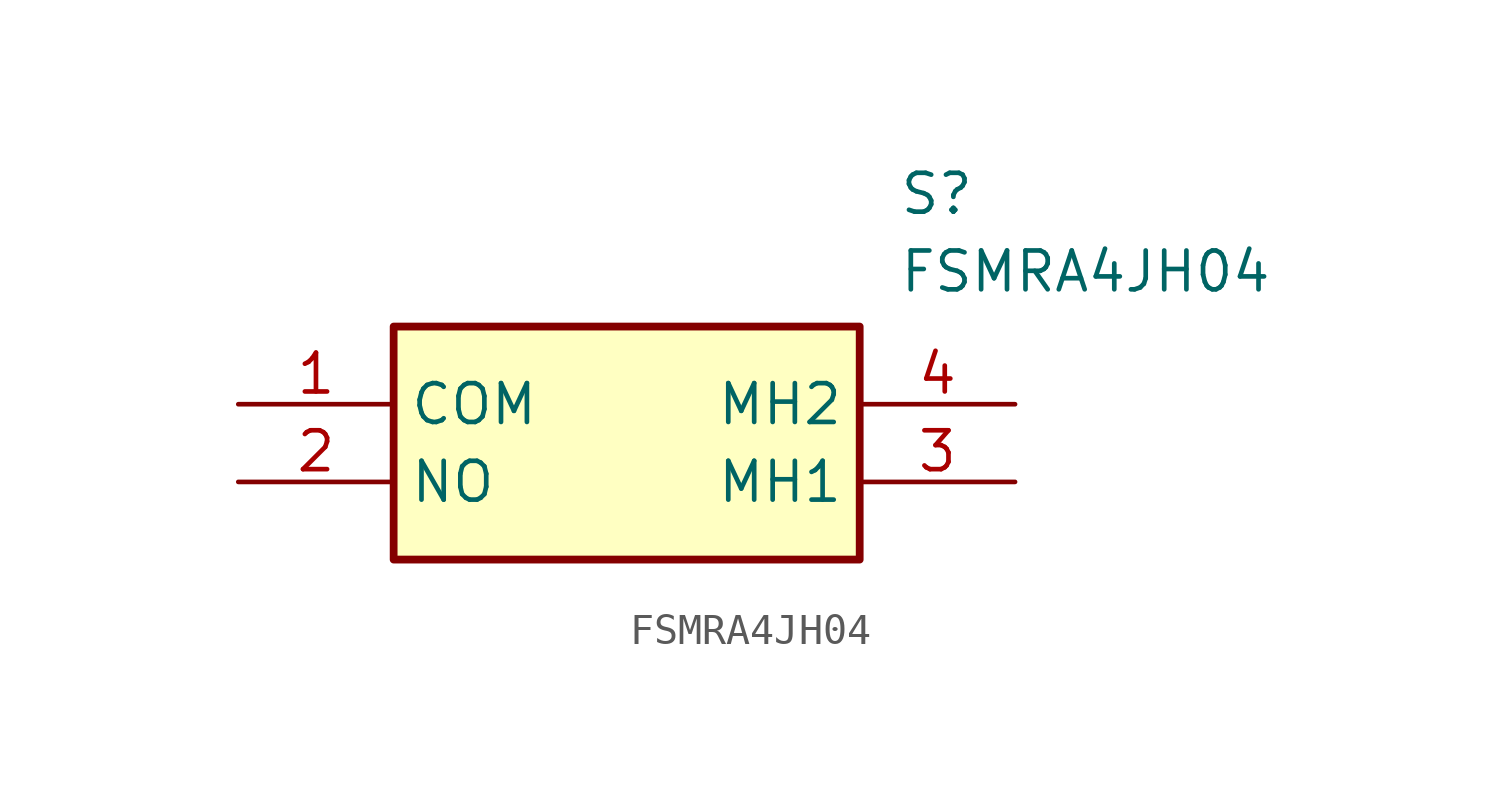
<source format=kicad_sym>
(kicad_symbol_lib
  (version 20211014)
  (generator SamacSys_ECAD_Model)
  (symbol "FSMRA4JH04"
    (property "Reference" "S"
      (at 21.59 7.62 0)
      (effects (font (size 1.27 1.27)) (justify left top)))
    (property "Value" "FSMRA4JH04"
      (at 21.59 5.08 0)
      (effects (font (size 1.27 1.27)) (justify left top)))
    (rectangle
      (start 5.08 2.54)
      (end 20.32 -5.08)
      (stroke (width 0.254) (type default))
      (fill (type background)))
    (pin passive line
      (at 0 0 0)
      (length 5.08)
      (name "COM" (effects (font (size 1.27 1.27))))
      (number "1" (effects (font (size 1.27 1.27)))))
    (pin passive line
      (at 0 -2.54 0)
      (length 5.08)
      (name "NO" (effects (font (size 1.27 1.27))))
      (number "2" (effects (font (size 1.27 1.27)))))
    (pin passive line
      (at 25.4 -2.54 180)
      (length 5.08)
      (name "MH1" (effects (font (size 1.27 1.27))))
      (number "3" (effects (font (size 1.27 1.27)))))
    (pin passive line
      (at 25.4 0 180)
      (length 5.08)
      (name "MH2" (effects (font (size 1.27 1.27))))
      (number "4" (effects (font (size 1.27 1.27)))))))
</source>
